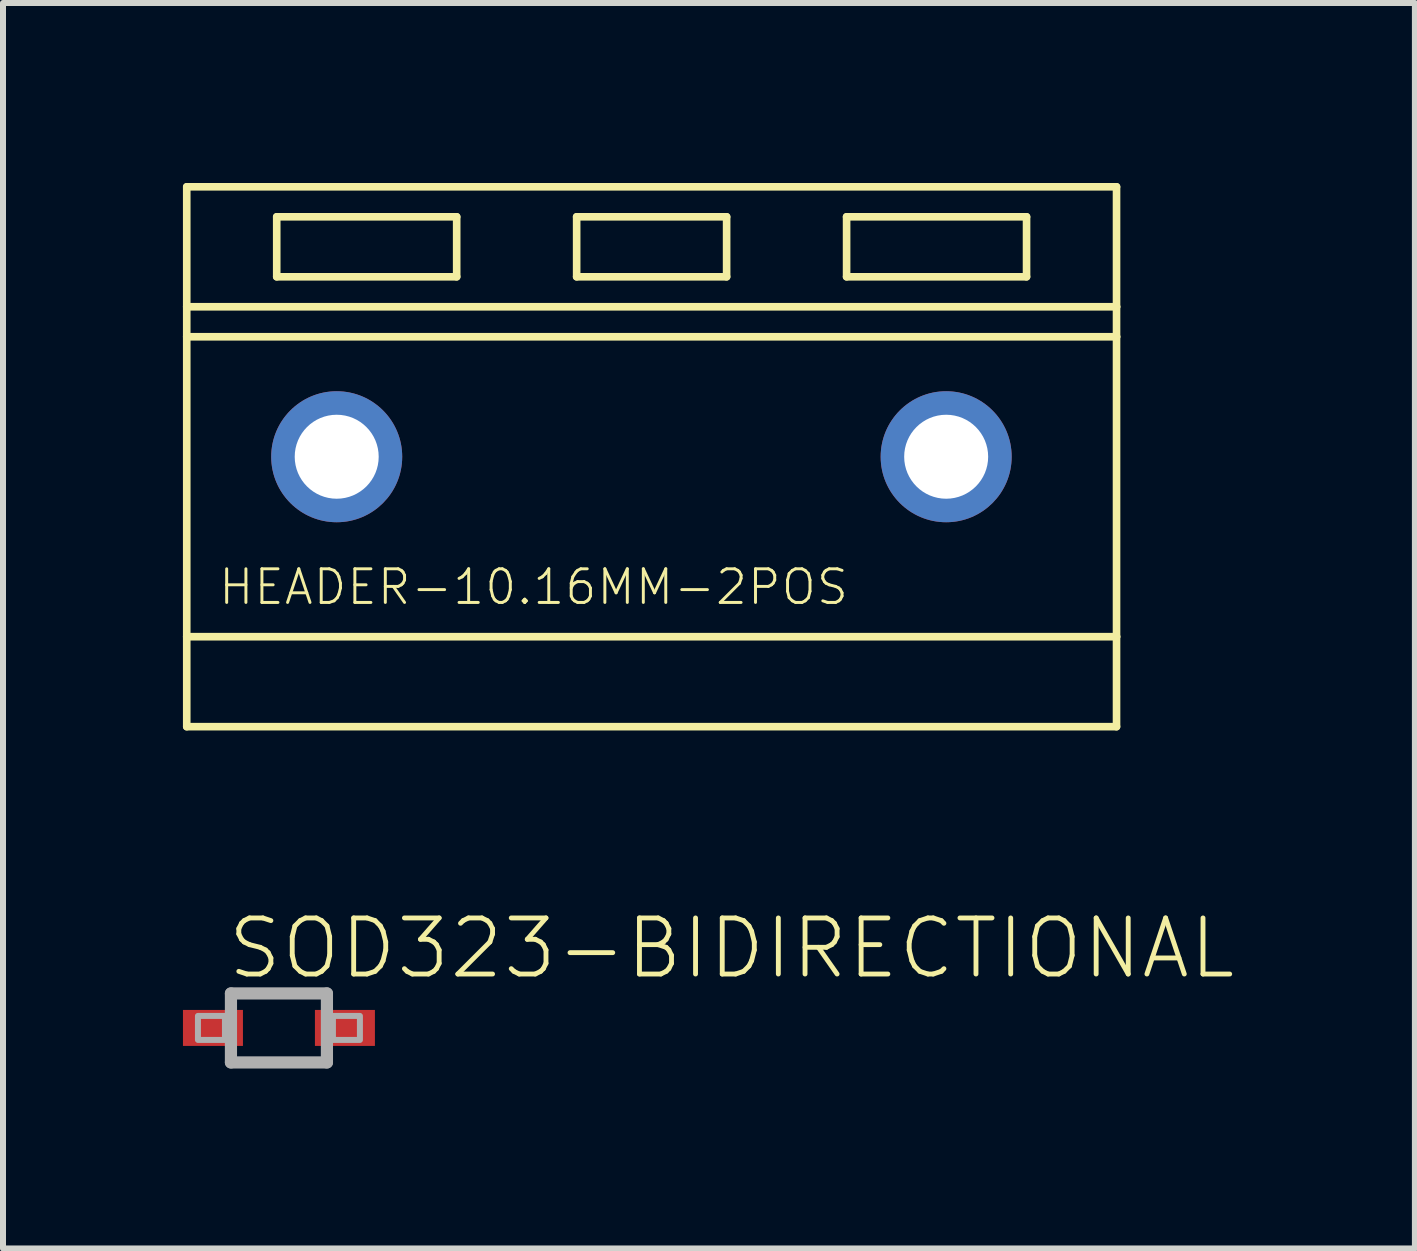
<source format=kicad_pcb>
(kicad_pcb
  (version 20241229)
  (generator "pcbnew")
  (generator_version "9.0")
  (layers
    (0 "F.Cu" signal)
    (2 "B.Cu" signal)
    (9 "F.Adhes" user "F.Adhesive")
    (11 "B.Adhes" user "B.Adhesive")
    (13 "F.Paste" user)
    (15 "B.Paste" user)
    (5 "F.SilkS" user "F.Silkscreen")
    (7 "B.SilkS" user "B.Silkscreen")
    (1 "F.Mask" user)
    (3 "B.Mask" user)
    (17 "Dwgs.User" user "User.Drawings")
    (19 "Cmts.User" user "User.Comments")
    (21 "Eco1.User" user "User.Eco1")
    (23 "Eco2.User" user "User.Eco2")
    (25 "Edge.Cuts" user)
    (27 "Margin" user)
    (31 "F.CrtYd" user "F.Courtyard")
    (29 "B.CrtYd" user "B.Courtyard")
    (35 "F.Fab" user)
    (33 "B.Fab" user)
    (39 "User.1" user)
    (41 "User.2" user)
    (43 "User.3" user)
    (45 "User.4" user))
  (footprint "SOD323-BIDIRECTIONAL"
    (layer "F.Cu")
    (at 1.6 14.086)
    (property "Reference" "SOD323-BIDIRECTIONAL" (at -0.9 -0.78 0) (unlocked yes) (layer "F.SilkS") (effects (font (size 0.935 0.935) (thickness 0.081)) (justify left bottom)))
    (fp_line (start -0.8 -0.575) (end 0.8 -0.575) (stroke (width 0.203) (type solid)) (layer "F.Fab"))
    (fp_line (start -0.8 0.575) (end -0.8 -0.575) (stroke (width 0.203) (type solid)) (layer "F.Fab"))
    (fp_line (start 0.8 -0.575) (end 0.8 0.575) (stroke (width 0.203) (type solid)) (layer "F.Fab"))
    (fp_line (start 0.8 0.575) (end -0.8 0.575) (stroke (width 0.203) (type solid)) (layer "F.Fab"))
    (fp_poly (pts (xy -1.35 0.2) (xy -0.9 0.2) (xy -0.9 -0.2) (xy -1.35 -0.2)) (stroke (width 0.1) (type default)) (fill no) (layer "F.Fab"))
    (fp_poly (pts (xy 0.9 0.2) (xy 1.35 0.2) (xy 1.35 -0.2) (xy 0.9 -0.2)) (stroke (width 0.1) (type default)) (fill no) (layer "F.Fab"))
    (pad "1" smd rect (at -1.1 0) (size 1 0.6) (layers "F.Cu" "F.Mask" "F.Paste"))
    (pad "2" smd rect (at 1.1 0) (size 1 0.6) (layers "F.Cu" "F.Mask" "F.Paste")))
  (footprint "HEADER-10.16MM-2POS"
    (layer "F.Cu")
    (at 2.563 4.564)
    (property "Reference" "HEADER-10.16MM-2POS" (at -2 2.5 0) (unlocked yes) (layer "F.SilkS") (effects (font (size 0.561 0.561) (thickness 0.049)) (justify left bottom)))
    (fp_line (start -2.5 -4.5) (end 13 -4.5) (stroke (width 0.127) (type solid)) (layer "F.SilkS"))
    (fp_line (start -2.5 -2.5) (end -2.5 -4.5) (stroke (width 0.127) (type solid)) (layer "F.SilkS"))
    (fp_line (start -2.5 -2.5) (end 13 -2.5) (stroke (width 0.127) (type solid)) (layer "F.SilkS"))
    (fp_line (start -2.5 -2) (end -2.5 -2.5) (stroke (width 0.127) (type solid)) (layer "F.SilkS"))
    (fp_line (start -2.5 -2) (end 13 -2) (stroke (width 0.127) (type solid)) (layer "F.SilkS"))
    (fp_line (start -2.5 3) (end -2.5 -2) (stroke (width 0.127) (type solid)) (layer "F.SilkS"))
    (fp_line (start -2.5 3) (end 13 3) (stroke (width 0.127) (type solid)) (layer "F.SilkS"))
    (fp_line (start -2.5 4.5) (end -2.5 3) (stroke (width 0.127) (type solid)) (layer "F.SilkS"))
    (fp_line (start -1 -4) (end -1 -3) (stroke (width 0.127) (type solid)) (layer "F.SilkS"))
    (fp_line (start -1 -3) (end 2 -3) (stroke (width 0.127) (type solid)) (layer "F.SilkS"))
    (fp_line (start 2 -4) (end -1 -4) (stroke (width 0.127) (type solid)) (layer "F.SilkS"))
    (fp_line (start 2 -3) (end 2 -4) (stroke (width 0.127) (type solid)) (layer "F.SilkS"))
    (fp_line (start 4 -4) (end 6.5 -4) (stroke (width 0.127) (type solid)) (layer "F.SilkS"))
    (fp_line (start 4 -3) (end 4 -4) (stroke (width 0.127) (type solid)) (layer "F.SilkS"))
    (fp_line (start 6.5 -4) (end 6.5 -3) (stroke (width 0.127) (type solid)) (layer "F.SilkS"))
    (fp_line (start 6.5 -3) (end 4 -3) (stroke (width 0.127) (type solid)) (layer "F.SilkS"))
    (fp_line (start 8.5 -4) (end 8.5 -3) (stroke (width 0.127) (type solid)) (layer "F.SilkS"))
    (fp_line (start 8.5 -3) (end 11.5 -3) (stroke (width 0.127) (type solid)) (layer "F.SilkS"))
    (fp_line (start 11.5 -4) (end 8.5 -4) (stroke (width 0.127) (type solid)) (layer "F.SilkS"))
    (fp_line (start 11.5 -3) (end 11.5 -4) (stroke (width 0.127) (type solid)) (layer "F.SilkS"))
    (fp_line (start 13 -4.5) (end 13 -2.5) (stroke (width 0.127) (type solid)) (layer "F.SilkS"))
    (fp_line (start 13 -2.5) (end 13 -2) (stroke (width 0.127) (type solid)) (layer "F.SilkS"))
    (fp_line (start 13 -2) (end 13 3) (stroke (width 0.127) (type solid)) (layer "F.SilkS"))
    (fp_line (start 13 3) (end 13 4.5) (stroke (width 0.127) (type solid)) (layer "F.SilkS"))
    (fp_line (start 13 4.5) (end -2.5 4.5) (stroke (width 0.127) (type solid)) (layer "F.SilkS"))
    (pad "P$1" thru_hole circle (at 0 0) (size 2.184 2.184) (drill 1.4) (layers "*.Cu" "*.Mask"))
    (pad "P$2" thru_hole circle (at 10.16 0) (size 2.184 2.184) (drill 1.4) (layers "*.Cu" "*.Mask")))
  (gr_rect
    (start -3 -3)
    (end 20.537 17.762)
    (stroke (width 0.1) (type default))
    (fill no)
    (layer "Edge.Cuts")))
</source>
